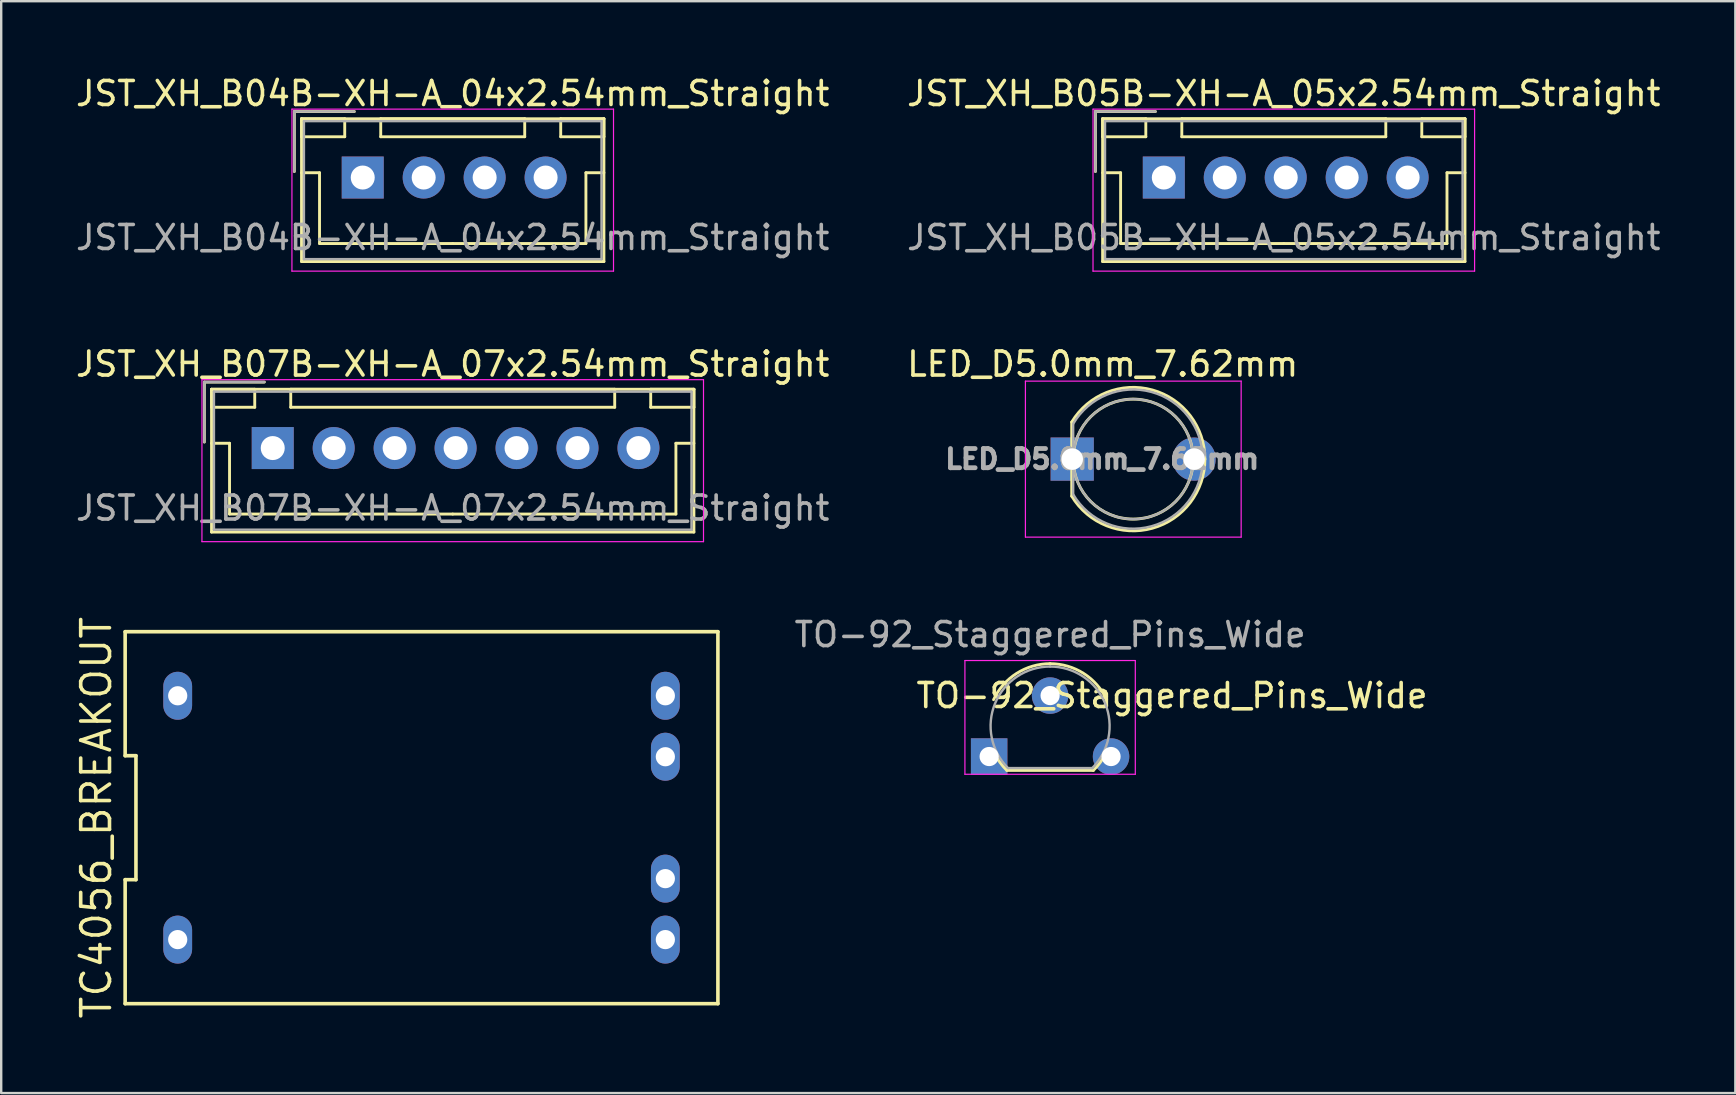
<source format=kicad_pcb>
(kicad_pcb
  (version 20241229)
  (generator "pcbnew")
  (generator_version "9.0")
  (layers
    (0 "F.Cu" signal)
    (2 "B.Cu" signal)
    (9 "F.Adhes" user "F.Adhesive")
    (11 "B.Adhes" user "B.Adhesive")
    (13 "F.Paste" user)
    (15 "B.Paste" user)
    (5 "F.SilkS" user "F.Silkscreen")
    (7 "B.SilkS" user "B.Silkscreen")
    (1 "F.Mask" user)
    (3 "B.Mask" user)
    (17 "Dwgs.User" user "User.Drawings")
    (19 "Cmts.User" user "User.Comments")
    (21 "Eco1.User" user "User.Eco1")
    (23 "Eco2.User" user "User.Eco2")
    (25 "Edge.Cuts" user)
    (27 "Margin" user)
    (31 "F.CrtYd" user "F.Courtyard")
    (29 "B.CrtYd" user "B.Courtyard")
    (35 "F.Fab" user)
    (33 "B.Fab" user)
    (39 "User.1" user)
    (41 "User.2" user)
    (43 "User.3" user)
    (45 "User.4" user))
  (footprint "TO-92_Staggered_Pins_Wide"
    (layer "F.Cu")
    (at 38.168 28.475)
    (property "Reference" "TO-92_Staggered_Pins_Wide" (at 7.62 -2.54 180) (layer "F.SilkS") (effects (font (size 1 1) (thickness 0.15))))
    (attr through_hole)
    (fp_line (start 0.74 0.58) (end 4.34 0.58) (stroke (width 0.12) (type solid)) (layer "F.SilkS"))
    (fp_arc (start 0.1836 -2.368807) (mid 1.143021 -3.462817) (end 2.54 -3.87) (stroke (width 0.12) (type solid)) (layer "F.SilkS"))
    (fp_arc (start 0.74 0.58) (mid 0.446097 0.239328) (end 0.215816 -0.147205) (stroke (width 0.12) (type solid)) (layer "F.SilkS"))
    (fp_arc (start 2.54 -3.87) (mid 3.936979 -3.462818) (end 4.8964 -2.368807) (stroke (width 0.12) (type solid)) (layer "F.SilkS"))
    (fp_arc (start 4.864184 -0.147205) (mid 4.633903 0.239328) (end 4.34 0.58) (stroke (width 0.12) (type solid)) (layer "F.SilkS"))
    (fp_line (start -1.01 -4) (end -1.01 0.74) (stroke (width 0.05) (type solid)) (layer "F.CrtYd"))
    (fp_line (start -1.01 -4) (end 6.09 -4) (stroke (width 0.05) (type solid)) (layer "F.CrtYd"))
    (fp_line (start 6.09 0.74) (end -1.01 0.74) (stroke (width 0.05) (type solid)) (layer "F.CrtYd"))
    (fp_line (start 6.09 0.74) (end 6.09 -4) (stroke (width 0.05) (type solid)) (layer "F.CrtYd"))
    (fp_line (start 0.8 0.48) (end 4.3 0.48) (stroke (width 0.1) (type solid)) (layer "F.Fab"))
    (fp_arc (start 0.786375 0.483625) (mid 0.248779 -2.219055) (end 2.54 -3.75) (stroke (width 0.1) (type solid)) (layer "F.Fab"))
    (fp_arc (start 2.54 -3.75) (mid 4.831221 -2.219055) (end 4.293625 0.483625) (stroke (width 0.1) (type solid)) (layer "F.Fab"))
    (fp_text user "${REFERENCE}" (at 2.54 -5.08 180) (layer "F.Fab") (effects (font (size 1 1) (thickness 0.15))))
    (pad "1" thru_hole rect (at 0 0 90) (size 1.52 1.52) (drill 0.8) (layers "*.Cu" "*.Mask"))
    (pad "2" thru_hole circle (at 2.54 -2.54 90) (size 1.52 1.52) (drill 0.8) (layers "*.Cu" "*.Mask"))
    (pad "3" thru_hole circle (at 5.08 0 90) (size 1.52 1.52) (drill 0.8) (layers "*.Cu" "*.Mask")))
  (footprint "JST_XH_B07B-XH-A_07x2.54mm_Straight"
    (layer "F.Cu")
    (at 8.315 15.621)
    (property "Reference" "JST_XH_B07B-XH-A_07x2.54mm_Straight" (at 7.5 -3.5 0) (layer "F.SilkS") (effects (font (size 1 1) (thickness 0.15))))
    (attr through_hole)
    (fp_line (start -2.85 -2.75) (end -2.85 -0.25) (stroke (width 0.12) (type solid)) (layer "F.SilkS"))
    (fp_line (start -2.55 -2.45) (end -2.55 -1.7) (stroke (width 0.12) (type solid)) (layer "F.SilkS"))
    (fp_line (start -2.55 -2.45) (end -2.55 3.5) (stroke (width 0.12) (type solid)) (layer "F.SilkS"))
    (fp_line (start -2.55 -1.7) (end -0.75 -1.7) (stroke (width 0.12) (type solid)) (layer "F.SilkS"))
    (fp_line (start -2.55 -0.2) (end -1.8 -0.2) (stroke (width 0.12) (type solid)) (layer "F.SilkS"))
    (fp_line (start -2.55 3.5) (end 17.55 3.5) (stroke (width 0.12) (type solid)) (layer "F.SilkS"))
    (fp_line (start -1.8 -0.2) (end -1.8 2.75) (stroke (width 0.12) (type solid)) (layer "F.SilkS"))
    (fp_line (start -1.8 2.75) (end 7.5 2.75) (stroke (width 0.12) (type solid)) (layer "F.SilkS"))
    (fp_line (start -0.75 -2.45) (end -2.55 -2.45) (stroke (width 0.12) (type solid)) (layer "F.SilkS"))
    (fp_line (start -0.75 -1.7) (end -0.75 -2.45) (stroke (width 0.12) (type solid)) (layer "F.SilkS"))
    (fp_line (start -0.35 -2.75) (end -2.85 -2.75) (stroke (width 0.12) (type solid)) (layer "F.SilkS"))
    (fp_line (start 0.75 -2.45) (end 0.75 -1.7) (stroke (width 0.12) (type solid)) (layer "F.SilkS"))
    (fp_line (start 0.75 -1.7) (end 14.25 -1.7) (stroke (width 0.12) (type solid)) (layer "F.SilkS"))
    (fp_line (start 14.25 -2.45) (end 0.75 -2.45) (stroke (width 0.12) (type solid)) (layer "F.SilkS"))
    (fp_line (start 14.25 -1.7) (end 14.25 -2.45) (stroke (width 0.12) (type solid)) (layer "F.SilkS"))
    (fp_line (start 15.75 -2.45) (end 15.75 -1.7) (stroke (width 0.12) (type solid)) (layer "F.SilkS"))
    (fp_line (start 15.75 -1.7) (end 17.55 -1.7) (stroke (width 0.12) (type solid)) (layer "F.SilkS"))
    (fp_line (start 16.8 -0.2) (end 16.8 2.75) (stroke (width 0.12) (type solid)) (layer "F.SilkS"))
    (fp_line (start 16.8 2.75) (end 7.5 2.75) (stroke (width 0.12) (type solid)) (layer "F.SilkS"))
    (fp_line (start 17.55 -2.45) (end -2.55 -2.45) (stroke (width 0.12) (type solid)) (layer "F.SilkS"))
    (fp_line (start 17.55 -2.45) (end 15.75 -2.45) (stroke (width 0.12) (type solid)) (layer "F.SilkS"))
    (fp_line (start 17.55 -1.7) (end 17.55 -2.45) (stroke (width 0.12) (type solid)) (layer "F.SilkS"))
    (fp_line (start 17.55 -0.2) (end 16.8 -0.2) (stroke (width 0.12) (type solid)) (layer "F.SilkS"))
    (fp_line (start 17.55 3.5) (end 17.55 -2.45) (stroke (width 0.12) (type solid)) (layer "F.SilkS"))
    (fp_line (start -2.95 -2.85) (end -2.95 3.9) (stroke (width 0.05) (type solid)) (layer "F.CrtYd"))
    (fp_line (start -2.95 3.9) (end 17.95 3.9) (stroke (width 0.05) (type solid)) (layer "F.CrtYd"))
    (fp_line (start 17.95 -2.85) (end -2.95 -2.85) (stroke (width 0.05) (type solid)) (layer "F.CrtYd"))
    (fp_line (start 17.95 3.9) (end 17.95 -2.85) (stroke (width 0.05) (type solid)) (layer "F.CrtYd"))
    (fp_line (start -2.85 -2.75) (end -2.85 -0.25) (stroke (width 0.1) (type solid)) (layer "F.Fab"))
    (fp_line (start -2.45 -2.35) (end -2.45 3.4) (stroke (width 0.1) (type solid)) (layer "F.Fab"))
    (fp_line (start -2.45 3.4) (end 17.45 3.4) (stroke (width 0.1) (type solid)) (layer "F.Fab"))
    (fp_line (start -0.35 -2.75) (end -2.85 -2.75) (stroke (width 0.1) (type solid)) (layer "F.Fab"))
    (fp_line (start 17.45 -2.35) (end -2.45 -2.35) (stroke (width 0.1) (type solid)) (layer "F.Fab"))
    (fp_line (start 17.45 3.4) (end 17.45 -2.35) (stroke (width 0.1) (type solid)) (layer "F.Fab"))
    (fp_text user "${REFERENCE}" (at 7.5 2.5 0) (layer "F.Fab") (effects (font (size 1 1) (thickness 0.15))))
    (pad "1" thru_hole rect (at 0 0) (size 1.75 1.75) (drill 1) (layers "*.Cu" "*.Mask"))
    (pad "2" thru_hole circle (at 2.54 0) (size 1.75 1.75) (drill 1) (layers "*.Cu" "*.Mask"))
    (pad "3" thru_hole circle (at 5.08 0) (size 1.75 1.75) (drill 1) (layers "*.Cu" "*.Mask"))
    (pad "4" thru_hole circle (at 7.62 0) (size 1.75 1.75) (drill 1) (layers "*.Cu" "*.Mask"))
    (pad "5" thru_hole circle (at 10.16 0) (size 1.75 1.75) (drill 1) (layers "*.Cu" "*.Mask"))
    (pad "6" thru_hole circle (at 12.7 0) (size 1.75 1.75) (drill 1) (layers "*.Cu" "*.Mask"))
    (pad "7" thru_hole circle (at 15.24 0) (size 1.75 1.75) (drill 1) (layers "*.Cu" "*.Mask")))
  (footprint "JST_XH_B04B-XH-A_04x2.54mm_Straight"
    (layer "F.Cu")
    (at 12.065 4.348)
    (property "Reference" "JST_XH_B04B-XH-A_04x2.54mm_Straight" (at 3.75 -3.5 0) (layer "F.SilkS") (effects (font (size 1 1) (thickness 0.15))))
    (attr through_hole)
    (fp_line (start -2.85 -2.75) (end -2.85 -0.25) (stroke (width 0.12) (type solid)) (layer "F.SilkS"))
    (fp_line (start -2.55 -2.45) (end -2.55 -1.7) (stroke (width 0.12) (type solid)) (layer "F.SilkS"))
    (fp_line (start -2.55 -2.45) (end -2.55 3.5) (stroke (width 0.12) (type solid)) (layer "F.SilkS"))
    (fp_line (start -2.55 -1.7) (end -0.75 -1.7) (stroke (width 0.12) (type solid)) (layer "F.SilkS"))
    (fp_line (start -2.55 -0.2) (end -1.8 -0.2) (stroke (width 0.12) (type solid)) (layer "F.SilkS"))
    (fp_line (start -2.55 3.5) (end 10.05 3.5) (stroke (width 0.12) (type solid)) (layer "F.SilkS"))
    (fp_line (start -1.8 -0.2) (end -1.8 2.75) (stroke (width 0.12) (type solid)) (layer "F.SilkS"))
    (fp_line (start -1.8 2.75) (end 3.75 2.75) (stroke (width 0.12) (type solid)) (layer "F.SilkS"))
    (fp_line (start -0.75 -2.45) (end -2.55 -2.45) (stroke (width 0.12) (type solid)) (layer "F.SilkS"))
    (fp_line (start -0.75 -1.7) (end -0.75 -2.45) (stroke (width 0.12) (type solid)) (layer "F.SilkS"))
    (fp_line (start -0.35 -2.75) (end -2.85 -2.75) (stroke (width 0.12) (type solid)) (layer "F.SilkS"))
    (fp_line (start 0.75 -2.45) (end 0.75 -1.7) (stroke (width 0.12) (type solid)) (layer "F.SilkS"))
    (fp_line (start 0.75 -1.7) (end 6.75 -1.7) (stroke (width 0.12) (type solid)) (layer "F.SilkS"))
    (fp_line (start 6.75 -2.45) (end 0.75 -2.45) (stroke (width 0.12) (type solid)) (layer "F.SilkS"))
    (fp_line (start 6.75 -1.7) (end 6.75 -2.45) (stroke (width 0.12) (type solid)) (layer "F.SilkS"))
    (fp_line (start 8.25 -2.45) (end 8.25 -1.7) (stroke (width 0.12) (type solid)) (layer "F.SilkS"))
    (fp_line (start 8.25 -1.7) (end 10.05 -1.7) (stroke (width 0.12) (type solid)) (layer "F.SilkS"))
    (fp_line (start 9.3 -0.2) (end 9.3 2.75) (stroke (width 0.12) (type solid)) (layer "F.SilkS"))
    (fp_line (start 9.3 2.75) (end 3.75 2.75) (stroke (width 0.12) (type solid)) (layer "F.SilkS"))
    (fp_line (start 10.05 -2.45) (end -2.55 -2.45) (stroke (width 0.12) (type solid)) (layer "F.SilkS"))
    (fp_line (start 10.05 -2.45) (end 8.25 -2.45) (stroke (width 0.12) (type solid)) (layer "F.SilkS"))
    (fp_line (start 10.05 -1.7) (end 10.05 -2.45) (stroke (width 0.12) (type solid)) (layer "F.SilkS"))
    (fp_line (start 10.05 -0.2) (end 9.3 -0.2) (stroke (width 0.12) (type solid)) (layer "F.SilkS"))
    (fp_line (start 10.05 3.5) (end 10.05 -2.45) (stroke (width 0.12) (type solid)) (layer "F.SilkS"))
    (fp_line (start -2.95 -2.85) (end -2.95 3.9) (stroke (width 0.05) (type solid)) (layer "F.CrtYd"))
    (fp_line (start -2.95 3.9) (end 10.45 3.9) (stroke (width 0.05) (type solid)) (layer "F.CrtYd"))
    (fp_line (start 10.45 -2.85) (end -2.95 -2.85) (stroke (width 0.05) (type solid)) (layer "F.CrtYd"))
    (fp_line (start 10.45 3.9) (end 10.45 -2.85) (stroke (width 0.05) (type solid)) (layer "F.CrtYd"))
    (fp_line (start -2.85 -2.75) (end -2.85 -0.25) (stroke (width 0.1) (type solid)) (layer "F.Fab"))
    (fp_line (start -2.45 -2.35) (end -2.45 3.4) (stroke (width 0.1) (type solid)) (layer "F.Fab"))
    (fp_line (start -2.45 3.4) (end 9.95 3.4) (stroke (width 0.1) (type solid)) (layer "F.Fab"))
    (fp_line (start -0.35 -2.75) (end -2.85 -2.75) (stroke (width 0.1) (type solid)) (layer "F.Fab"))
    (fp_line (start 9.95 -2.35) (end -2.45 -2.35) (stroke (width 0.1) (type solid)) (layer "F.Fab"))
    (fp_line (start 9.95 3.4) (end 9.95 -2.35) (stroke (width 0.1) (type solid)) (layer "F.Fab"))
    (fp_text user "${REFERENCE}" (at 3.75 2.5 0) (layer "F.Fab") (effects (font (size 1 1) (thickness 0.15))))
    (pad "1" thru_hole rect (at 0 0) (size 1.75 1.75) (drill 1) (layers "*.Cu" "*.Mask"))
    (pad "2" thru_hole circle (at 2.54 0) (size 1.75 1.75) (drill 1) (layers "*.Cu" "*.Mask"))
    (pad "3" thru_hole circle (at 5.08 0) (size 1.75 1.75) (drill 1) (layers "*.Cu" "*.Mask"))
    (pad "4" thru_hole circle (at 7.62 0) (size 1.75 1.75) (drill 1) (layers "*.Cu" "*.Mask")))
  (footprint "TC4056_BREAKOUT"
    (layer "F.Cu")
    (at 14.515 31.023)
    (property "Reference" "TC4056_BREAKOUT" (at -13.55 0 90) (layer "F.SilkS") (effects (font (size 1.2 1.2) (thickness 0.15))))
    (attr through_hole)
    (fp_line (start -12.35 -7.75) (end -12.35 -2.583) (stroke (width 0.15) (type solid)) (layer "F.SilkS"))
    (fp_line (start -12.35 -2.583) (end -11.9 -2.583) (stroke (width 0.15) (type solid)) (layer "F.SilkS"))
    (fp_line (start -12.35 2.583) (end -12.35 7.75) (stroke (width 0.15) (type solid)) (layer "F.SilkS"))
    (fp_line (start -12.35 7.75) (end 12.35 7.75) (stroke (width 0.15) (type solid)) (layer "F.SilkS"))
    (fp_line (start -11.9 -2.583) (end -11.9 2.583) (stroke (width 0.15) (type solid)) (layer "F.SilkS"))
    (fp_line (start -11.9 2.583) (end -12.35 2.583) (stroke (width 0.15) (type solid)) (layer "F.SilkS"))
    (fp_line (start 12.35 -7.75) (end -12.35 -7.75) (stroke (width 0.15) (type solid)) (layer "F.SilkS"))
    (fp_line (start 12.35 7.75) (end 12.35 -7.75) (stroke (width 0.15) (type solid)) (layer "F.SilkS"))
    (pad "1" thru_hole oval (at 10.16 -2.54) (size 1.2 2) (drill 0.8) (layers "*.Cu" "*.Mask"))
    (pad "2" thru_hole oval (at 10.16 2.54) (size 1.2 2) (drill 0.8) (layers "*.Cu" "*.Mask"))
    (pad "3" thru_hole oval (at 10.16 -5.08) (size 1.2 2) (drill 0.8) (layers "*.Cu" "*.Mask"))
    (pad "4" thru_hole oval (at 10.16 5.08) (size 1.2 2) (drill 0.8) (layers "*.Cu" "*.Mask"))
    (pad "5" thru_hole oval (at -10.16 -5.08) (size 1.2 2) (drill 0.8) (layers "*.Cu" "*.Mask"))
    (pad "6" thru_hole oval (at -10.16 5.08) (size 1.2 2) (drill 0.8) (layers "*.Cu" "*.Mask")))
  (footprint "JST_XH_B05B-XH-A_05x2.54mm_Straight"
    (layer "F.Cu")
    (at 45.446 4.348)
    (property "Reference" "JST_XH_B05B-XH-A_05x2.54mm_Straight" (at 5 -3.5 0) (layer "F.SilkS") (effects (font (size 1 1) (thickness 0.15))))
    (attr through_hole)
    (fp_line (start -2.85 -2.75) (end -2.85 -0.25) (stroke (width 0.12) (type solid)) (layer "F.SilkS"))
    (fp_line (start -2.55 -2.45) (end -2.55 -1.7) (stroke (width 0.12) (type solid)) (layer "F.SilkS"))
    (fp_line (start -2.55 -2.45) (end -2.55 3.5) (stroke (width 0.12) (type solid)) (layer "F.SilkS"))
    (fp_line (start -2.55 -1.7) (end -0.75 -1.7) (stroke (width 0.12) (type solid)) (layer "F.SilkS"))
    (fp_line (start -2.55 -0.2) (end -1.8 -0.2) (stroke (width 0.12) (type solid)) (layer "F.SilkS"))
    (fp_line (start -2.55 3.5) (end 12.55 3.5) (stroke (width 0.12) (type solid)) (layer "F.SilkS"))
    (fp_line (start -1.8 -0.2) (end -1.8 2.75) (stroke (width 0.12) (type solid)) (layer "F.SilkS"))
    (fp_line (start -1.8 2.75) (end 5 2.75) (stroke (width 0.12) (type solid)) (layer "F.SilkS"))
    (fp_line (start -0.75 -2.45) (end -2.55 -2.45) (stroke (width 0.12) (type solid)) (layer "F.SilkS"))
    (fp_line (start -0.75 -1.7) (end -0.75 -2.45) (stroke (width 0.12) (type solid)) (layer "F.SilkS"))
    (fp_line (start -0.35 -2.75) (end -2.85 -2.75) (stroke (width 0.12) (type solid)) (layer "F.SilkS"))
    (fp_line (start 0.75 -2.45) (end 0.75 -1.7) (stroke (width 0.12) (type solid)) (layer "F.SilkS"))
    (fp_line (start 0.75 -1.7) (end 9.25 -1.7) (stroke (width 0.12) (type solid)) (layer "F.SilkS"))
    (fp_line (start 9.25 -2.45) (end 0.75 -2.45) (stroke (width 0.12) (type solid)) (layer "F.SilkS"))
    (fp_line (start 9.25 -1.7) (end 9.25 -2.45) (stroke (width 0.12) (type solid)) (layer "F.SilkS"))
    (fp_line (start 10.75 -2.45) (end 10.75 -1.7) (stroke (width 0.12) (type solid)) (layer "F.SilkS"))
    (fp_line (start 10.75 -1.7) (end 12.55 -1.7) (stroke (width 0.12) (type solid)) (layer "F.SilkS"))
    (fp_line (start 11.8 -0.2) (end 11.8 2.75) (stroke (width 0.12) (type solid)) (layer "F.SilkS"))
    (fp_line (start 11.8 2.75) (end 5 2.75) (stroke (width 0.12) (type solid)) (layer "F.SilkS"))
    (fp_line (start 12.55 -2.45) (end -2.55 -2.45) (stroke (width 0.12) (type solid)) (layer "F.SilkS"))
    (fp_line (start 12.55 -2.45) (end 10.75 -2.45) (stroke (width 0.12) (type solid)) (layer "F.SilkS"))
    (fp_line (start 12.55 -1.7) (end 12.55 -2.45) (stroke (width 0.12) (type solid)) (layer "F.SilkS"))
    (fp_line (start 12.55 -0.2) (end 11.8 -0.2) (stroke (width 0.12) (type solid)) (layer "F.SilkS"))
    (fp_line (start 12.55 3.5) (end 12.55 -2.45) (stroke (width 0.12) (type solid)) (layer "F.SilkS"))
    (fp_line (start -2.95 -2.85) (end -2.95 3.9) (stroke (width 0.05) (type solid)) (layer "F.CrtYd"))
    (fp_line (start -2.95 3.9) (end 12.95 3.9) (stroke (width 0.05) (type solid)) (layer "F.CrtYd"))
    (fp_line (start 12.95 -2.85) (end -2.95 -2.85) (stroke (width 0.05) (type solid)) (layer "F.CrtYd"))
    (fp_line (start 12.95 3.9) (end 12.95 -2.85) (stroke (width 0.05) (type solid)) (layer "F.CrtYd"))
    (fp_line (start -2.85 -2.75) (end -2.85 -0.25) (stroke (width 0.1) (type solid)) (layer "F.Fab"))
    (fp_line (start -2.45 -2.35) (end -2.45 3.4) (stroke (width 0.1) (type solid)) (layer "F.Fab"))
    (fp_line (start -2.45 3.4) (end 12.45 3.4) (stroke (width 0.1) (type solid)) (layer "F.Fab"))
    (fp_line (start -0.35 -2.75) (end -2.85 -2.75) (stroke (width 0.1) (type solid)) (layer "F.Fab"))
    (fp_line (start 12.45 -2.35) (end -2.45 -2.35) (stroke (width 0.1) (type solid)) (layer "F.Fab"))
    (fp_line (start 12.45 3.4) (end 12.45 -2.35) (stroke (width 0.1) (type solid)) (layer "F.Fab"))
    (fp_text user "${REFERENCE}" (at 5 2.5 0) (layer "F.Fab") (effects (font (size 1 1) (thickness 0.15))))
    (pad "1" thru_hole rect (at 0 0) (size 1.75 1.75) (drill 1) (layers "*.Cu" "*.Mask"))
    (pad "2" thru_hole circle (at 2.54 0) (size 1.75 1.75) (drill 1) (layers "*.Cu" "*.Mask"))
    (pad "3" thru_hole circle (at 5.08 0) (size 1.75 1.75) (drill 1) (layers "*.Cu" "*.Mask"))
    (pad "4" thru_hole circle (at 7.62 0) (size 1.75 1.75) (drill 1) (layers "*.Cu" "*.Mask"))
    (pad "5" thru_hole circle (at 10.16 0) (size 1.75 1.75) (drill 1) (layers "*.Cu" "*.Mask")))
  (footprint "LED_D5.0mm_7.62mm"
    (layer "F.Cu")
    (at 41.629 16.081)
    (property "Reference" "LED_D5.0mm_7.62mm" (at 1.27 -3.96 0) (layer "F.SilkS") (effects (font (size 1 1) (thickness 0.15))))
    (attr through_hole)
    (fp_line (start -0.02 -1.545) (end -0.02 1.545) (stroke (width 0.12) (type solid)) (layer "F.SilkS"))
    (fp_arc (start -0.02 -1.54483) (mid 3.342002 -2.880433) (end 5.53 0.000462) (stroke (width 0.12) (type solid)) (layer "F.SilkS"))
    (fp_arc (start 5.53 -0.000462) (mid 3.342002 2.880433) (end -0.02 1.54483) (stroke (width 0.12) (type solid)) (layer "F.SilkS"))
    (fp_circle (center 2.54 0) (end 5.04 0) (stroke (width 0.12) (type solid)) (fill no) (layer "F.SilkS"))
    (fp_line (start -1.95 -3.25) (end -1.95 3.25) (stroke (width 0.05) (type solid)) (layer "F.CrtYd"))
    (fp_line (start -1.95 3.25) (end 7.04 3.25) (stroke (width 0.05) (type solid)) (layer "F.CrtYd"))
    (fp_line (start 7.04 -3.25) (end -1.95 -3.25) (stroke (width 0.05) (type solid)) (layer "F.CrtYd"))
    (fp_line (start 7.04 3.25) (end 7.04 -3.25) (stroke (width 0.05) (type solid)) (layer "F.CrtYd"))
    (fp_line (start 0.04 -1.47) (end 0.04 1.47) (stroke (width 0.1) (type solid)) (layer "F.Fab"))
    (fp_arc (start 0.04 -1.469694) (mid 5.44 0.000016) (end 0.039984 1.469666) (stroke (width 0.1) (type solid)) (layer "F.Fab"))
    (fp_circle (center 2.54 0) (end 5.04 0) (stroke (width 0.1) (type solid)) (fill no) (layer "F.Fab"))
    (fp_text user "${REFERENCE}" (at 1.25 0 0) (layer "F.Fab") (effects (font (size 0.8 0.8) (thickness 0.2))))
    (pad "1" thru_hole rect (at 0 0) (size 1.8 1.8) (drill 0.9) (layers "*.Cu" "*.Mask"))
    (pad "2" thru_hole circle (at 5.08 0) (size 1.8 1.8) (drill 0.9) (layers "*.Cu" "*.Mask")))
  (gr_rect
    (start -3 -3)
    (end 69.262 42.499)
    (stroke (width 0.1) (type default))
    (fill no)
    (layer "Edge.Cuts")))
</source>
